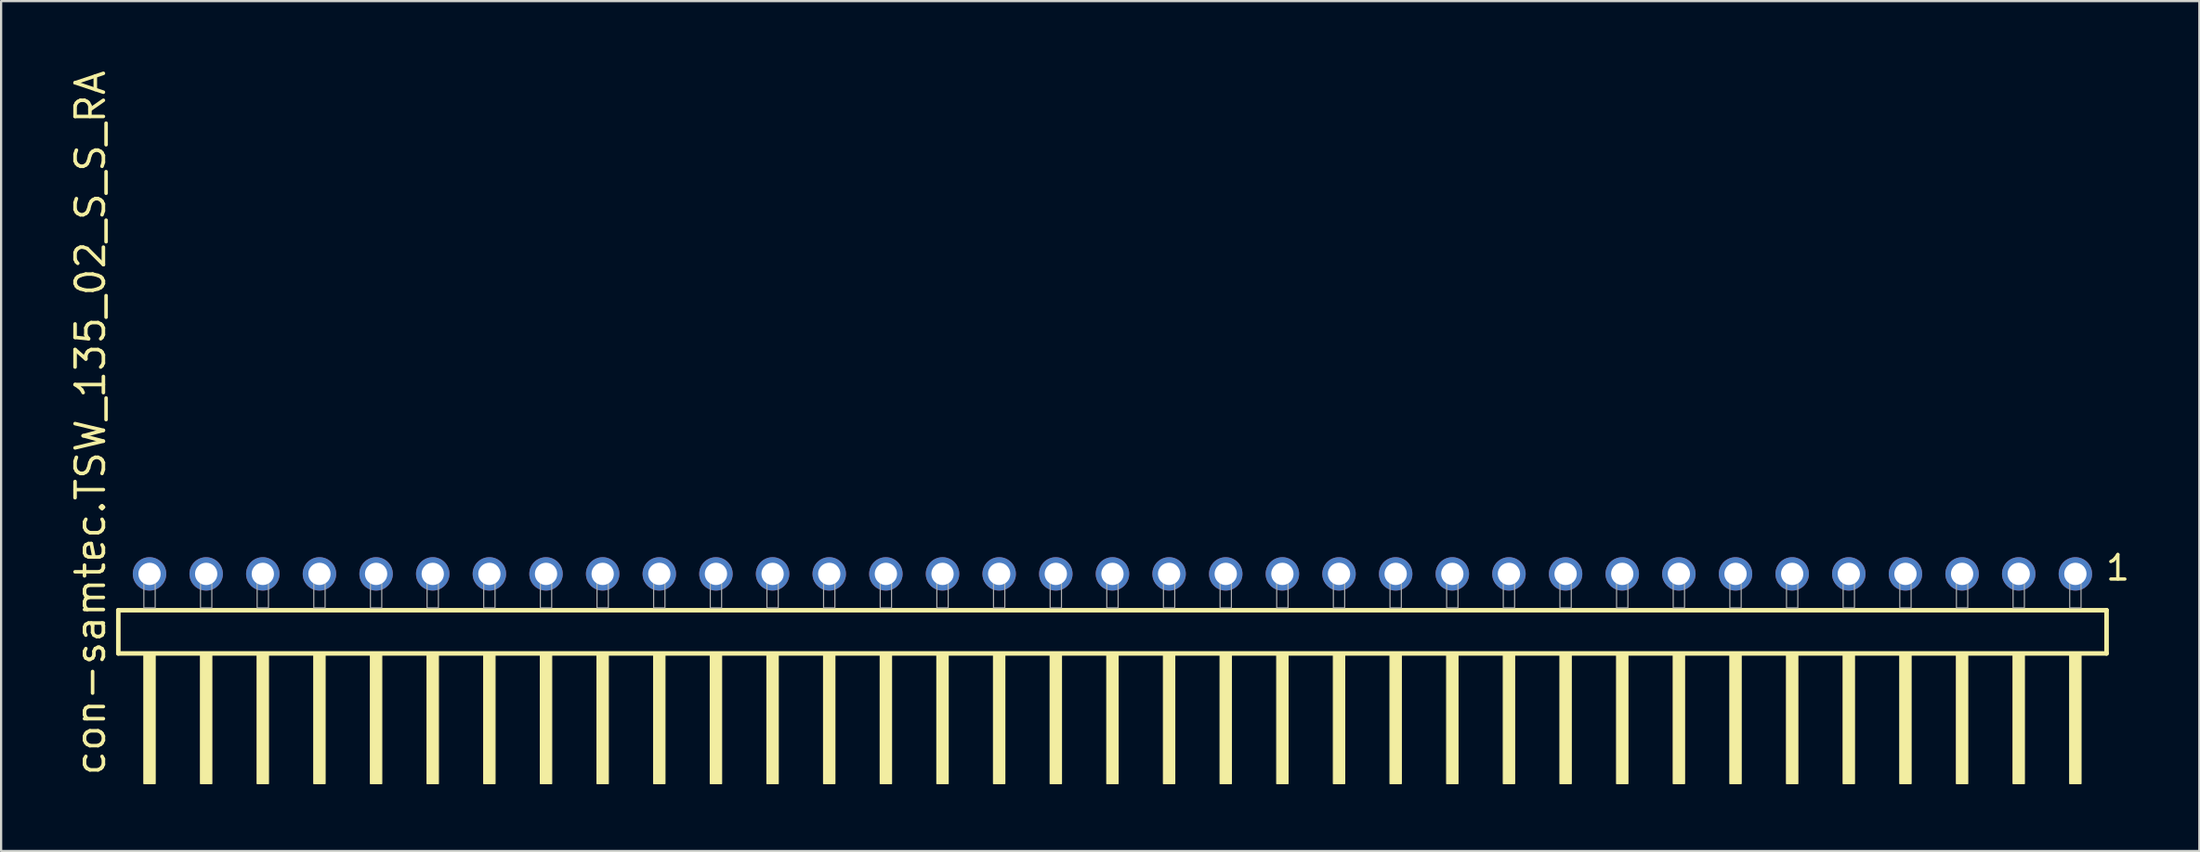
<source format=kicad_pcb>
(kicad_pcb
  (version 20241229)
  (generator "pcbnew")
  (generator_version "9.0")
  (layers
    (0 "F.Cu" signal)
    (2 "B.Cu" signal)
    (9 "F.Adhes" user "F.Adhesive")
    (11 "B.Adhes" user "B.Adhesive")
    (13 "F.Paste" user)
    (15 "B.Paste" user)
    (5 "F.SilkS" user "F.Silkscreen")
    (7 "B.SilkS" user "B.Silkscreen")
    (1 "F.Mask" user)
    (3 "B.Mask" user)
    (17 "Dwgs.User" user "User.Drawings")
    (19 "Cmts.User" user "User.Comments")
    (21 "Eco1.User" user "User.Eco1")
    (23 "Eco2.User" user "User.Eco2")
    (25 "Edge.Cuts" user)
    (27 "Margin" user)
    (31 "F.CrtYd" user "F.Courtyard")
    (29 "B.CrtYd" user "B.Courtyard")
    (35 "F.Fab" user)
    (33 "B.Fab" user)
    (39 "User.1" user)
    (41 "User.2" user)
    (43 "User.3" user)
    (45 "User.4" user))
  (footprint "con-samtec.TSW_135_02_S_S_RA"
    (layer "F.Cu")
    (at 46.835 24.235)
    (property "Reference" "con-samtec.TSW_135_02_S_S_RA" (at -45.085 7.62 90) (layer "F.SilkS") (effects (font (size 1.27 1.27) (thickness 0.16)) (justify left bottom)))
    (attr through_hole)
    (fp_line (start -44.579 0.106) (end -44.579 2.046) (stroke (width 0.203) (type default)) (layer "F.SilkS"))
    (fp_line (start -44.579 2.046) (end 44.579 2.046) (stroke (width 0.203) (type default)) (layer "F.SilkS"))
    (fp_line (start 44.579 0.106) (end -44.579 0.106) (stroke (width 0.203) (type default)) (layer "F.SilkS"))
    (fp_line (start 44.579 2.046) (end 44.579 0.106) (stroke (width 0.203) (type default)) (layer "F.SilkS"))
    (fp_rect (start -43.434 7.89) (end -42.926 2.04) (stroke (width 0.05) (type default)) (fill yes) (layer "F.SilkS"))
    (fp_rect (start -40.894 7.89) (end -40.386 2.04) (stroke (width 0.05) (type default)) (fill yes) (layer "F.SilkS"))
    (fp_rect (start -38.354 7.89) (end -37.846 2.04) (stroke (width 0.05) (type default)) (fill yes) (layer "F.SilkS"))
    (fp_rect (start -35.814 7.89) (end -35.306 2.04) (stroke (width 0.05) (type default)) (fill yes) (layer "F.SilkS"))
    (fp_rect (start -33.274 7.89) (end -32.766 2.04) (stroke (width 0.05) (type default)) (fill yes) (layer "F.SilkS"))
    (fp_rect (start -30.734 7.89) (end -30.226 2.04) (stroke (width 0.05) (type default)) (fill yes) (layer "F.SilkS"))
    (fp_rect (start -28.194 7.89) (end -27.686 2.04) (stroke (width 0.05) (type default)) (fill yes) (layer "F.SilkS"))
    (fp_rect (start -25.654 7.89) (end -25.146 2.04) (stroke (width 0.05) (type default)) (fill yes) (layer "F.SilkS"))
    (fp_rect (start -23.114 7.89) (end -22.606 2.04) (stroke (width 0.05) (type default)) (fill yes) (layer "F.SilkS"))
    (fp_rect (start -20.574 7.89) (end -20.066 2.04) (stroke (width 0.05) (type default)) (fill yes) (layer "F.SilkS"))
    (fp_rect (start -18.034 7.89) (end -17.526 2.04) (stroke (width 0.05) (type default)) (fill yes) (layer "F.SilkS"))
    (fp_rect (start -15.494 7.89) (end -14.986 2.04) (stroke (width 0.05) (type default)) (fill yes) (layer "F.SilkS"))
    (fp_rect (start -12.954 7.89) (end -12.446 2.04) (stroke (width 0.05) (type default)) (fill yes) (layer "F.SilkS"))
    (fp_rect (start -10.414 7.89) (end -9.906 2.04) (stroke (width 0.05) (type default)) (fill yes) (layer "F.SilkS"))
    (fp_rect (start -7.874 7.89) (end -7.366 2.04) (stroke (width 0.05) (type default)) (fill yes) (layer "F.SilkS"))
    (fp_rect (start -5.334 7.89) (end -4.826 2.04) (stroke (width 0.05) (type default)) (fill yes) (layer "F.SilkS"))
    (fp_rect (start -2.794 7.89) (end -2.286 2.04) (stroke (width 0.05) (type default)) (fill yes) (layer "F.SilkS"))
    (fp_rect (start -0.254 7.89) (end 0.254 2.04) (stroke (width 0.05) (type default)) (fill yes) (layer "F.SilkS"))
    (fp_rect (start 2.286 7.89) (end 2.794 2.04) (stroke (width 0.05) (type default)) (fill yes) (layer "F.SilkS"))
    (fp_rect (start 4.826 7.89) (end 5.334 2.04) (stroke (width 0.05) (type default)) (fill yes) (layer "F.SilkS"))
    (fp_rect (start 7.366 7.89) (end 7.874 2.04) (stroke (width 0.05) (type default)) (fill yes) (layer "F.SilkS"))
    (fp_rect (start 9.906 7.89) (end 10.414 2.04) (stroke (width 0.05) (type default)) (fill yes) (layer "F.SilkS"))
    (fp_rect (start 12.446 7.89) (end 12.954 2.04) (stroke (width 0.05) (type default)) (fill yes) (layer "F.SilkS"))
    (fp_rect (start 14.986 7.89) (end 15.494 2.04) (stroke (width 0.05) (type default)) (fill yes) (layer "F.SilkS"))
    (fp_rect (start 17.526 7.89) (end 18.034 2.04) (stroke (width 0.05) (type default)) (fill yes) (layer "F.SilkS"))
    (fp_rect (start 20.066 7.89) (end 20.574 2.04) (stroke (width 0.05) (type default)) (fill yes) (layer "F.SilkS"))
    (fp_rect (start 22.606 7.89) (end 23.114 2.04) (stroke (width 0.05) (type default)) (fill yes) (layer "F.SilkS"))
    (fp_rect (start 25.146 7.89) (end 25.654 2.04) (stroke (width 0.05) (type default)) (fill yes) (layer "F.SilkS"))
    (fp_rect (start 27.686 7.89) (end 28.194 2.04) (stroke (width 0.05) (type default)) (fill yes) (layer "F.SilkS"))
    (fp_rect (start 30.226 7.89) (end 30.734 2.04) (stroke (width 0.05) (type default)) (fill yes) (layer "F.SilkS"))
    (fp_rect (start 32.766 7.89) (end 33.274 2.04) (stroke (width 0.05) (type default)) (fill yes) (layer "F.SilkS"))
    (fp_rect (start 35.306 7.89) (end 35.814 2.04) (stroke (width 0.05) (type default)) (fill yes) (layer "F.SilkS"))
    (fp_rect (start 37.846 7.89) (end 38.354 2.04) (stroke (width 0.05) (type default)) (fill yes) (layer "F.SilkS"))
    (fp_rect (start 40.386 7.89) (end 40.894 2.04) (stroke (width 0.05) (type default)) (fill yes) (layer "F.SilkS"))
    (fp_rect (start 42.926 7.89) (end 43.434 2.04) (stroke (width 0.05) (type default)) (fill yes) (layer "F.SilkS"))
    (fp_rect (start -43.434 0) (end -42.926 -1.778) (stroke (width 0.05) (type default)) (fill no) (layer "F.Fab"))
    (fp_rect (start -40.894 0) (end -40.386 -1.778) (stroke (width 0.05) (type default)) (fill no) (layer "F.Fab"))
    (fp_rect (start -38.354 0) (end -37.846 -1.778) (stroke (width 0.05) (type default)) (fill no) (layer "F.Fab"))
    (fp_rect (start -35.814 0) (end -35.306 -1.778) (stroke (width 0.05) (type default)) (fill no) (layer "F.Fab"))
    (fp_rect (start -33.274 0) (end -32.766 -1.778) (stroke (width 0.05) (type default)) (fill no) (layer "F.Fab"))
    (fp_rect (start -30.734 0) (end -30.226 -1.778) (stroke (width 0.05) (type default)) (fill no) (layer "F.Fab"))
    (fp_rect (start -28.194 0) (end -27.686 -1.778) (stroke (width 0.05) (type default)) (fill no) (layer "F.Fab"))
    (fp_rect (start -25.654 0) (end -25.146 -1.778) (stroke (width 0.05) (type default)) (fill no) (layer "F.Fab"))
    (fp_rect (start -23.114 0) (end -22.606 -1.778) (stroke (width 0.05) (type default)) (fill no) (layer "F.Fab"))
    (fp_rect (start -20.574 0) (end -20.066 -1.778) (stroke (width 0.05) (type default)) (fill no) (layer "F.Fab"))
    (fp_rect (start -18.034 0) (end -17.526 -1.778) (stroke (width 0.05) (type default)) (fill no) (layer "F.Fab"))
    (fp_rect (start -15.494 0) (end -14.986 -1.778) (stroke (width 0.05) (type default)) (fill no) (layer "F.Fab"))
    (fp_rect (start -12.954 0) (end -12.446 -1.778) (stroke (width 0.05) (type default)) (fill no) (layer "F.Fab"))
    (fp_rect (start -10.414 0) (end -9.906 -1.778) (stroke (width 0.05) (type default)) (fill no) (layer "F.Fab"))
    (fp_rect (start -7.874 0) (end -7.366 -1.778) (stroke (width 0.05) (type default)) (fill no) (layer "F.Fab"))
    (fp_rect (start -5.334 0) (end -4.826 -1.778) (stroke (width 0.05) (type default)) (fill no) (layer "F.Fab"))
    (fp_rect (start -2.794 0) (end -2.286 -1.778) (stroke (width 0.05) (type default)) (fill no) (layer "F.Fab"))
    (fp_rect (start -0.254 0) (end 0.254 -1.778) (stroke (width 0.05) (type default)) (fill no) (layer "F.Fab"))
    (fp_rect (start 2.286 0) (end 2.794 -1.778) (stroke (width 0.05) (type default)) (fill no) (layer "F.Fab"))
    (fp_rect (start 4.826 0) (end 5.334 -1.778) (stroke (width 0.05) (type default)) (fill no) (layer "F.Fab"))
    (fp_rect (start 7.366 0) (end 7.874 -1.778) (stroke (width 0.05) (type default)) (fill no) (layer "F.Fab"))
    (fp_rect (start 9.906 0) (end 10.414 -1.778) (stroke (width 0.05) (type default)) (fill no) (layer "F.Fab"))
    (fp_rect (start 12.446 0) (end 12.954 -1.778) (stroke (width 0.05) (type default)) (fill no) (layer "F.Fab"))
    (fp_rect (start 14.986 0) (end 15.494 -1.778) (stroke (width 0.05) (type default)) (fill no) (layer "F.Fab"))
    (fp_rect (start 17.526 0) (end 18.034 -1.778) (stroke (width 0.05) (type default)) (fill no) (layer "F.Fab"))
    (fp_rect (start 20.066 0) (end 20.574 -1.778) (stroke (width 0.05) (type default)) (fill no) (layer "F.Fab"))
    (fp_rect (start 22.606 0) (end 23.114 -1.778) (stroke (width 0.05) (type default)) (fill no) (layer "F.Fab"))
    (fp_rect (start 25.146 0) (end 25.654 -1.778) (stroke (width 0.05) (type default)) (fill no) (layer "F.Fab"))
    (fp_rect (start 27.686 0) (end 28.194 -1.778) (stroke (width 0.05) (type default)) (fill no) (layer "F.Fab"))
    (fp_rect (start 30.226 0) (end 30.734 -1.778) (stroke (width 0.05) (type default)) (fill no) (layer "F.Fab"))
    (fp_rect (start 32.766 0) (end 33.274 -1.778) (stroke (width 0.05) (type default)) (fill no) (layer "F.Fab"))
    (fp_rect (start 35.306 0) (end 35.814 -1.778) (stroke (width 0.05) (type default)) (fill no) (layer "F.Fab"))
    (fp_rect (start 37.846 0) (end 38.354 -1.778) (stroke (width 0.05) (type default)) (fill no) (layer "F.Fab"))
    (fp_rect (start 40.386 0) (end 40.894 -1.778) (stroke (width 0.05) (type default)) (fill no) (layer "F.Fab"))
    (fp_rect (start 42.926 0) (end 43.434 -1.778) (stroke (width 0.05) (type default)) (fill no) (layer "F.Fab"))
    (fp_text user "1" (at 44.462 -1.152 0) (layer "F.SilkS") (effects (font (size 1.1 1.1) (thickness 0.15)) (justify left bottom)))
    (pad "1" thru_hole circle (at 43.18 -1.524 180) (size 1.5 1.5) (drill 1) (layers "*.Cu" "*.Mask"))
    (pad "2" thru_hole circle (at 40.64 -1.524 180) (size 1.5 1.5) (drill 1) (layers "*.Cu" "*.Mask"))
    (pad "3" thru_hole circle (at 38.1 -1.524 180) (size 1.5 1.5) (drill 1) (layers "*.Cu" "*.Mask"))
    (pad "4" thru_hole circle (at 35.56 -1.524 180) (size 1.5 1.5) (drill 1) (layers "*.Cu" "*.Mask"))
    (pad "5" thru_hole circle (at 33.02 -1.524 180) (size 1.5 1.5) (drill 1) (layers "*.Cu" "*.Mask"))
    (pad "6" thru_hole circle (at 30.48 -1.524 180) (size 1.5 1.5) (drill 1) (layers "*.Cu" "*.Mask"))
    (pad "7" thru_hole circle (at 27.94 -1.524 180) (size 1.5 1.5) (drill 1) (layers "*.Cu" "*.Mask"))
    (pad "8" thru_hole circle (at 25.4 -1.524 180) (size 1.5 1.5) (drill 1) (layers "*.Cu" "*.Mask"))
    (pad "9" thru_hole circle (at 22.86 -1.524 180) (size 1.5 1.5) (drill 1) (layers "*.Cu" "*.Mask"))
    (pad "10" thru_hole circle (at 20.32 -1.524 180) (size 1.5 1.5) (drill 1) (layers "*.Cu" "*.Mask"))
    (pad "11" thru_hole circle (at 17.78 -1.524 180) (size 1.5 1.5) (drill 1) (layers "*.Cu" "*.Mask"))
    (pad "12" thru_hole circle (at 15.24 -1.524 180) (size 1.5 1.5) (drill 1) (layers "*.Cu" "*.Mask"))
    (pad "13" thru_hole circle (at 12.7 -1.524 180) (size 1.5 1.5) (drill 1) (layers "*.Cu" "*.Mask"))
    (pad "14" thru_hole circle (at 10.16 -1.524 180) (size 1.5 1.5) (drill 1) (layers "*.Cu" "*.Mask"))
    (pad "15" thru_hole circle (at 7.62 -1.524 180) (size 1.5 1.5) (drill 1) (layers "*.Cu" "*.Mask"))
    (pad "16" thru_hole circle (at 5.08 -1.524 180) (size 1.5 1.5) (drill 1) (layers "*.Cu" "*.Mask"))
    (pad "17" thru_hole circle (at 2.54 -1.524 180) (size 1.5 1.5) (drill 1) (layers "*.Cu" "*.Mask"))
    (pad "18" thru_hole circle (at 0 -1.524 180) (size 1.5 1.5) (drill 1) (layers "*.Cu" "*.Mask"))
    (pad "19" thru_hole circle (at -2.54 -1.524 180) (size 1.5 1.5) (drill 1) (layers "*.Cu" "*.Mask"))
    (pad "20" thru_hole circle (at -5.08 -1.524 180) (size 1.5 1.5) (drill 1) (layers "*.Cu" "*.Mask"))
    (pad "21" thru_hole circle (at -7.62 -1.524 180) (size 1.5 1.5) (drill 1) (layers "*.Cu" "*.Mask"))
    (pad "22" thru_hole circle (at -10.16 -1.524 180) (size 1.5 1.5) (drill 1) (layers "*.Cu" "*.Mask"))
    (pad "23" thru_hole circle (at -12.7 -1.524 180) (size 1.5 1.5) (drill 1) (layers "*.Cu" "*.Mask"))
    (pad "24" thru_hole circle (at -15.24 -1.524 180) (size 1.5 1.5) (drill 1) (layers "*.Cu" "*.Mask"))
    (pad "25" thru_hole circle (at -17.78 -1.524 180) (size 1.5 1.5) (drill 1) (layers "*.Cu" "*.Mask"))
    (pad "26" thru_hole circle (at -20.32 -1.524 180) (size 1.5 1.5) (drill 1) (layers "*.Cu" "*.Mask"))
    (pad "27" thru_hole circle (at -22.86 -1.524 180) (size 1.5 1.5) (drill 1) (layers "*.Cu" "*.Mask"))
    (pad "28" thru_hole circle (at -25.4 -1.524 180) (size 1.5 1.5) (drill 1) (layers "*.Cu" "*.Mask"))
    (pad "29" thru_hole circle (at -27.94 -1.524 180) (size 1.5 1.5) (drill 1) (layers "*.Cu" "*.Mask"))
    (pad "30" thru_hole circle (at -30.48 -1.524 180) (size 1.5 1.5) (drill 1) (layers "*.Cu" "*.Mask"))
    (pad "31" thru_hole circle (at -33.02 -1.524 180) (size 1.5 1.5) (drill 1) (layers "*.Cu" "*.Mask"))
    (pad "32" thru_hole circle (at -35.56 -1.524 180) (size 1.5 1.5) (drill 1) (layers "*.Cu" "*.Mask"))
    (pad "33" thru_hole circle (at -38.1 -1.524 180) (size 1.5 1.5) (drill 1) (layers "*.Cu" "*.Mask"))
    (pad "34" thru_hole circle (at -40.64 -1.524 180) (size 1.5 1.5) (drill 1) (layers "*.Cu" "*.Mask"))
    (pad "35" thru_hole circle (at -43.18 -1.524 180) (size 1.5 1.5) (drill 1) (layers "*.Cu" "*.Mask")))
  (gr_rect
    (start -3 -3)
    (end 95.575 35.15)
    (stroke (width 0.1) (type default))
    (fill no)
    (layer "Edge.Cuts")))
</source>
